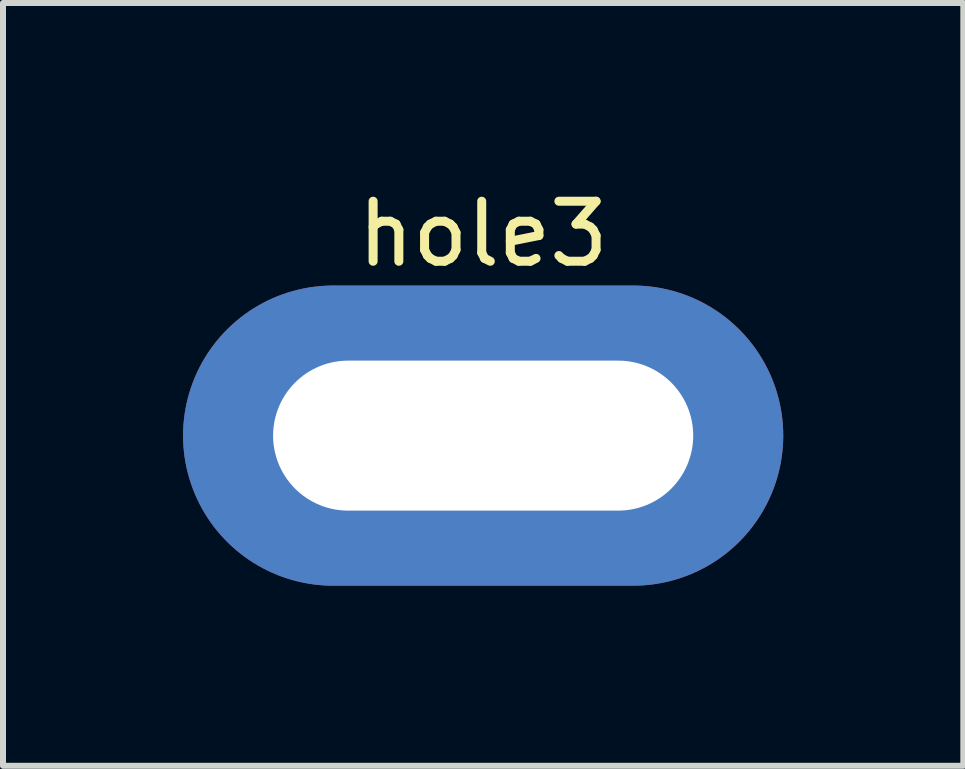
<source format=kicad_pcb>
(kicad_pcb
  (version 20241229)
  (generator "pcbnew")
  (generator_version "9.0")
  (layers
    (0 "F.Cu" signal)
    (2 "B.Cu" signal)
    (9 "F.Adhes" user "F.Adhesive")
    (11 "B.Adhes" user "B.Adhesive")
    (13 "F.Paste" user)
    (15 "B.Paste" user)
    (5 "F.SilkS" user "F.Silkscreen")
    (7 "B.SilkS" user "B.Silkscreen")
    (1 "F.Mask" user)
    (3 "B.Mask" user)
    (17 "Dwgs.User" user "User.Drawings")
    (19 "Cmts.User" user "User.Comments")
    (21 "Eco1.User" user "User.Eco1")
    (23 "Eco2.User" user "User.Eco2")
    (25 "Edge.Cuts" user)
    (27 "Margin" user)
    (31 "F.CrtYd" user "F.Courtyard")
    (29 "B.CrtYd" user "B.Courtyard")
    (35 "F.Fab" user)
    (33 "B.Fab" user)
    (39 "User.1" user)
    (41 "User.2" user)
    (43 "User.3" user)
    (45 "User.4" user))
  (footprint "hole3"
    (layer "F.Cu")
    (at 5 4.208)
    (property "Reference" "hole3" (at 0 -3.36 0) (unlocked yes) (layer "F.SilkS") (effects (font (size 1 1) (thickness 0.15))))
    (attr exclude_from_pos_files exclude_from_bom)
    (pad "1" thru_hole oval (at 0 0) (size 10 5.001) (drill oval 7 2.499) (layers "*.Cu" "*.Mask")))
  (gr_rect
    (start -3 -3)
    (end 13 9.709)
    (stroke (width 0.1) (type default))
    (fill no)
    (layer "Edge.Cuts")))
</source>
